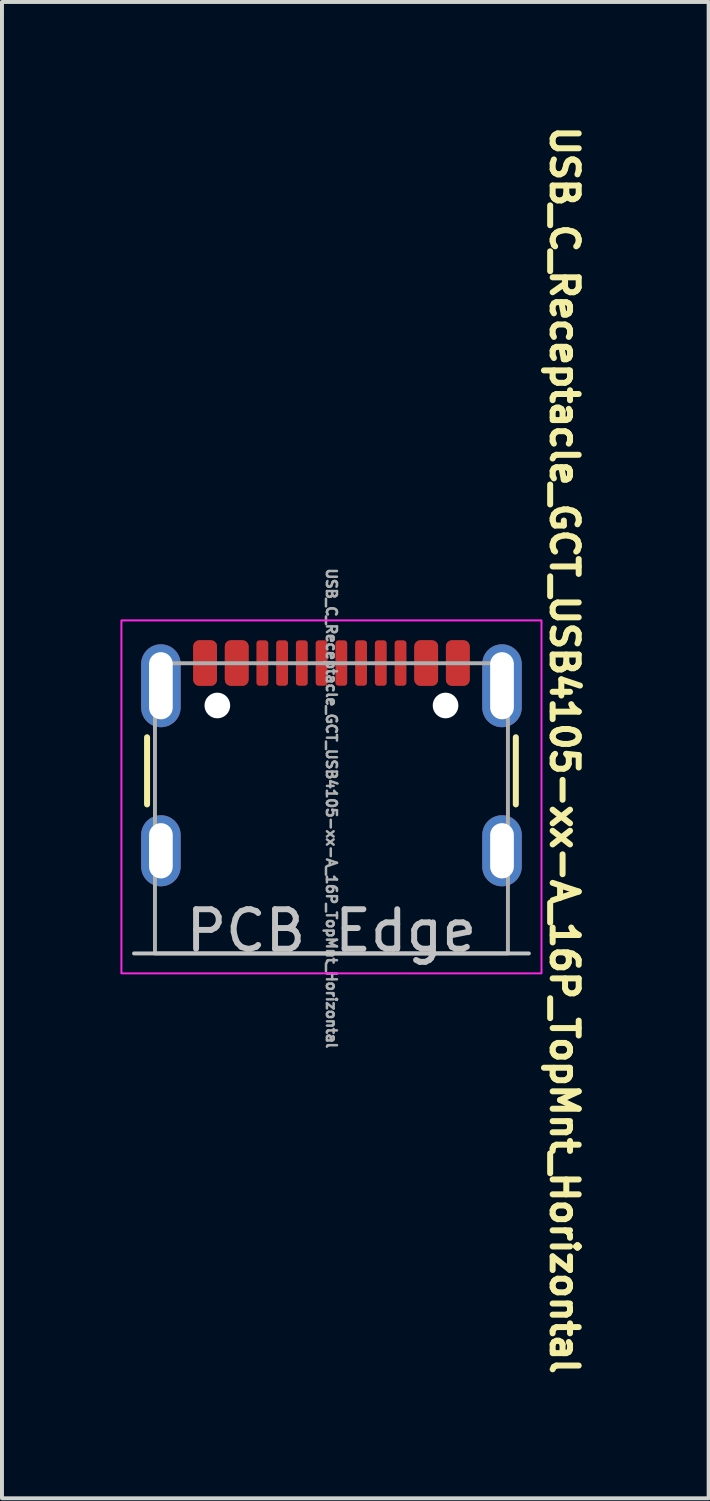
<source format=kicad_pcb>
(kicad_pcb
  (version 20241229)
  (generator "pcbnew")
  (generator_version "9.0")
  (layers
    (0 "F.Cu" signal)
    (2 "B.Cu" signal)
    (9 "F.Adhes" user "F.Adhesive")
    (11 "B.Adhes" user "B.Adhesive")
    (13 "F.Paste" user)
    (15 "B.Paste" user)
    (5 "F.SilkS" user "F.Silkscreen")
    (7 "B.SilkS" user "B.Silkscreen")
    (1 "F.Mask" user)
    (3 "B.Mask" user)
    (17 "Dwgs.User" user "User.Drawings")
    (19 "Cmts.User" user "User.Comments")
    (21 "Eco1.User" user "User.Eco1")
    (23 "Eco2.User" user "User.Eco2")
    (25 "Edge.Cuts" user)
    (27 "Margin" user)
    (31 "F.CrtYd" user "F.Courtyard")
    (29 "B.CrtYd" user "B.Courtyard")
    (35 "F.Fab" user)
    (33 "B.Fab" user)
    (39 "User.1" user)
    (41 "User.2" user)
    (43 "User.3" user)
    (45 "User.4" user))
  (footprint "USB_C_Receptacle_GCT_USB4105-xx-A_16P_TopMnt_Horizontal"
    (layer "F.Cu")
    (at 5.345 17.424)
    (property "Reference" "USB_C_Receptacle_GCT_USB4105-xx-A_16P_TopMnt_Horizontal" (at 5.9 -1.475 270) (unlocked yes) (layer "F.SilkS") (effects (font (size 0.66 0.66) (thickness 0.152))))
    (attr smd)
    (fp_line (start -4.67 -0.1) (end -4.67 -1.8) (stroke (width 0.152) (type solid)) (layer "F.SilkS"))
    (fp_line (start 4.67 -0.1) (end 4.67 -1.8) (stroke (width 0.152) (type solid)) (layer "F.SilkS"))
    (fp_line (start 5 3.675) (end -5 3.675) (stroke (width 0.1) (type solid)) (layer "Dwgs.User"))
    (fp_rect (start -5.32 -4.76) (end 5.32 4.18) (stroke (width 0.05) (type solid)) (fill no) (layer "F.CrtYd"))
    (fp_rect (start -4.47 -3.675) (end 4.47 3.675) (stroke (width 0.1) (type solid)) (fill no) (layer "F.Fab"))
    (fp_text user "PCB Edge" (at 0 3.1 0) (unlocked yes) (layer "Dwgs.User") (effects (font (size 1 1) (thickness 0.15))))
    (fp_text user "${REFERENCE}" (at 0 0 270) (unlocked yes) (layer "F.Fab") (effects (font (size 0.254 0.254) (thickness 0.064))))
    (pad "" np_thru_hole circle (at -2.89 -2.605) (size 0.65 0.65) (drill 0.65) (layers "*.Cu" "*.Mask"))
    (pad "" np_thru_hole circle (at 2.89 -2.605) (size 0.65 0.65) (drill 0.65) (layers "*.Cu" "*.Mask"))
    (pad "A1" smd roundrect (at -3.2 -3.68) (size 0.6 1.15) (layers "F.Cu" "F.Mask" "F.Paste") (roundrect_rratio 0.25))
    (pad "A4" smd roundrect (at -2.4 -3.68) (size 0.6 1.15) (layers "F.Cu" "F.Mask" "F.Paste") (roundrect_rratio 0.25))
    (pad "A5" smd roundrect (at -1.25 -3.68) (size 0.3 1.15) (layers "F.Cu" "F.Mask" "F.Paste") (roundrect_rratio 0.25))
    (pad "A6" smd roundrect (at -0.25 -3.68) (size 0.3 1.15) (layers "F.Cu" "F.Mask" "F.Paste") (roundrect_rratio 0.25))
    (pad "A7" smd roundrect (at 0.25 -3.68) (size 0.3 1.15) (layers "F.Cu" "F.Mask" "F.Paste") (roundrect_rratio 0.25))
    (pad "A8" smd roundrect (at 1.25 -3.68) (size 0.3 1.15) (layers "F.Cu" "F.Mask" "F.Paste") (roundrect_rratio 0.25))
    (pad "A9" smd roundrect (at 2.4 -3.68) (size 0.6 1.15) (layers "F.Cu" "F.Mask" "F.Paste") (roundrect_rratio 0.25))
    (pad "A12" smd roundrect (at 3.2 -3.68) (size 0.6 1.15) (layers "F.Cu" "F.Mask" "F.Paste") (roundrect_rratio 0.25))
    (pad "B1" smd roundrect (at 3.2 -3.68) (size 0.6 1.15) (layers "F.Cu" "F.Mask" "F.Paste") (roundrect_rratio 0.25))
    (pad "B4" smd roundrect (at 2.4 -3.68) (size 0.6 1.15) (layers "F.Cu" "F.Mask" "F.Paste") (roundrect_rratio 0.25))
    (pad "B5" smd roundrect (at 1.75 -3.68) (size 0.3 1.15) (layers "F.Cu" "F.Mask" "F.Paste") (roundrect_rratio 0.25))
    (pad "B6" smd roundrect (at 0.75 -3.68) (size 0.3 1.15) (layers "F.Cu" "F.Mask" "F.Paste") (roundrect_rratio 0.25))
    (pad "B7" smd roundrect (at -0.75 -3.68) (size 0.3 1.15) (layers "F.Cu" "F.Mask" "F.Paste") (roundrect_rratio 0.25))
    (pad "B8" smd roundrect (at -1.75 -3.68) (size 0.3 1.15) (layers "F.Cu" "F.Mask" "F.Paste") (roundrect_rratio 0.25))
    (pad "B9" smd roundrect (at -2.4 -3.68) (size 0.6 1.15) (layers "F.Cu" "F.Mask" "F.Paste") (roundrect_rratio 0.25))
    (pad "B12" smd roundrect (at -3.2 -3.68) (size 0.6 1.15) (layers "F.Cu" "F.Mask" "F.Paste") (roundrect_rratio 0.25))
    (pad "S1" thru_hole oval (at -4.32 -3.105) (size 1 2.1) (drill oval 0.6 1.7) (property pad_prop_heatsink) (layers "*.Cu" "*.Mask" "F.Paste"))
    (pad "S1" thru_hole oval (at -4.32 1.075) (size 1 1.8) (drill oval 0.6 1.4) (property pad_prop_heatsink) (layers "*.Cu" "*.Mask" "F.Paste"))
    (pad "S1" thru_hole oval (at 4.32 -3.105) (size 1 2.1) (drill oval 0.6 1.7) (property pad_prop_heatsink) (layers "*.Cu" "*.Mask" "F.Paste"))
    (pad "S1" thru_hole oval (at 4.32 1.075) (size 1 1.8) (drill oval 0.6 1.4) (property pad_prop_heatsink) (layers "*.Cu" "*.Mask" "F.Paste")))
  (gr_rect
    (start -3 -3)
    (end 14.899 34.899)
    (stroke (width 0.1) (type default))
    (fill no)
    (layer "Edge.Cuts")))
</source>
